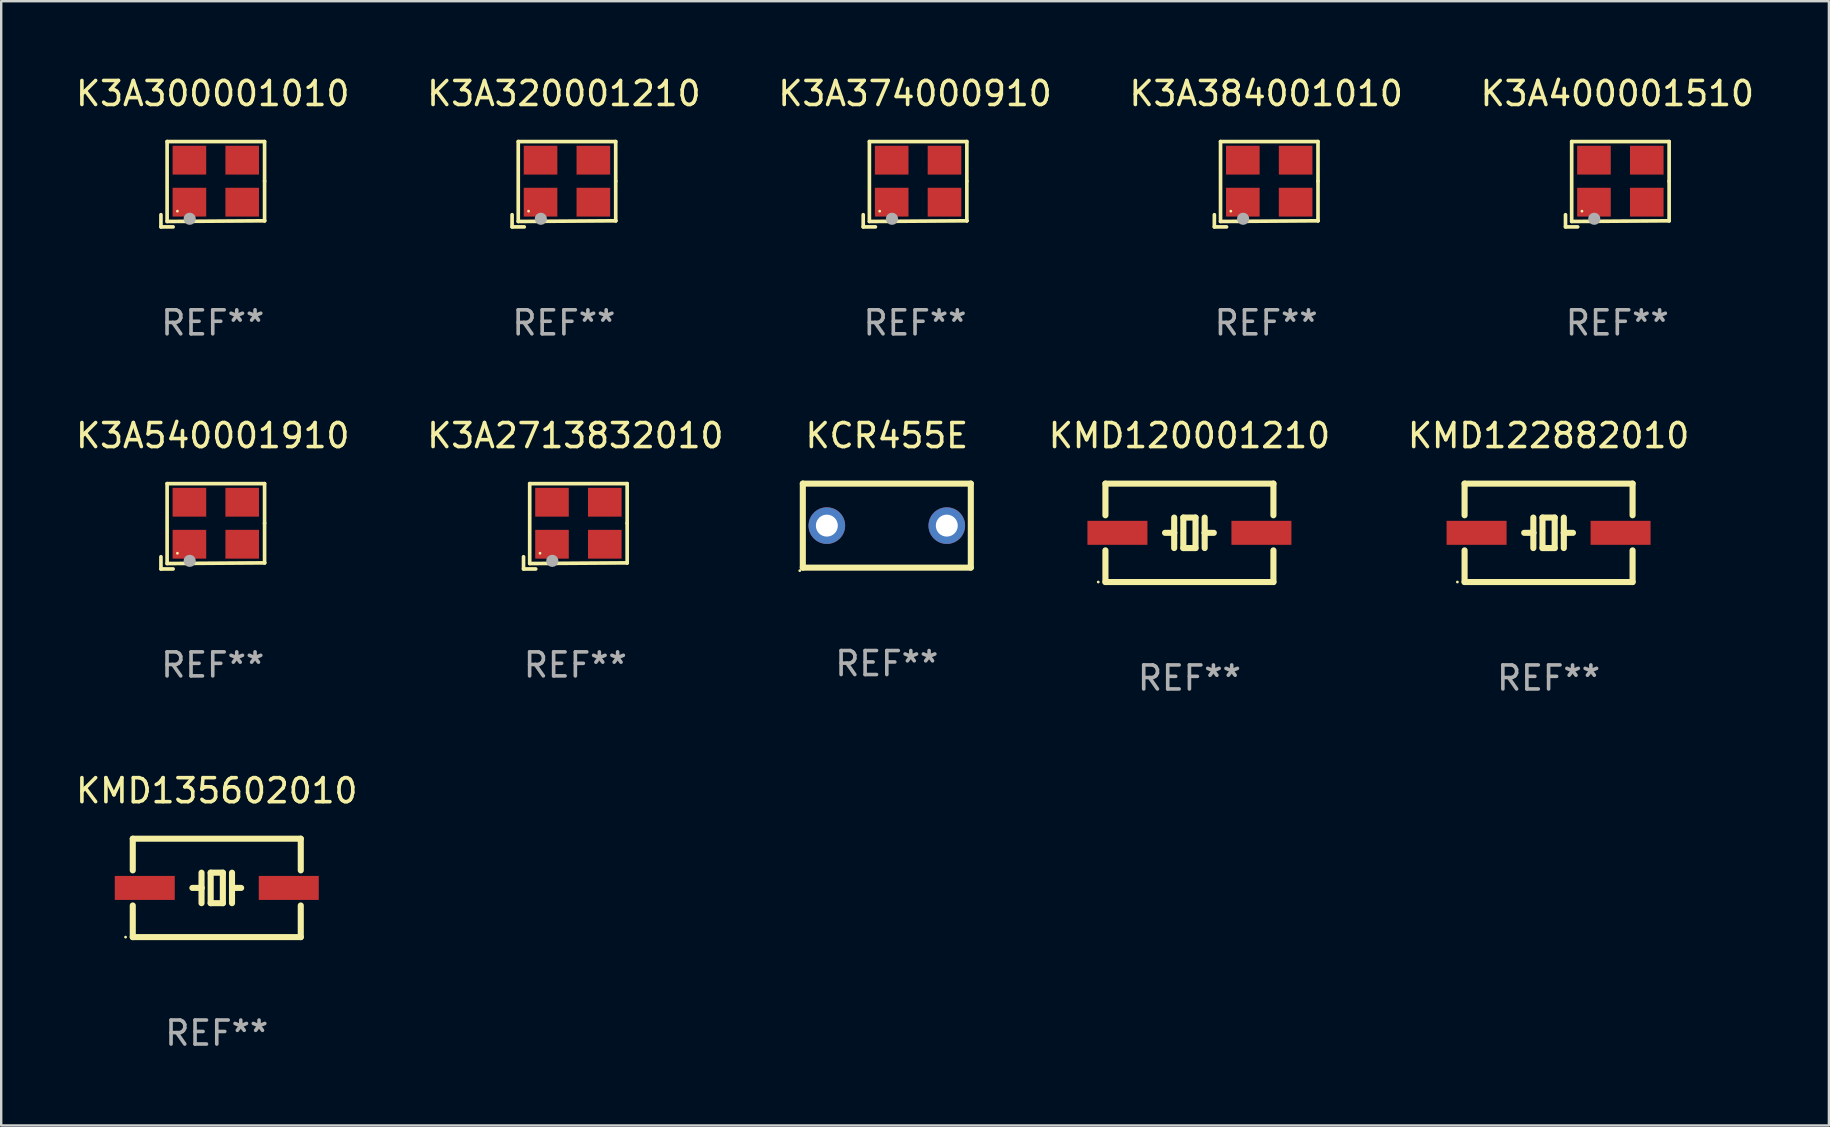
<source format=kicad_pcb>
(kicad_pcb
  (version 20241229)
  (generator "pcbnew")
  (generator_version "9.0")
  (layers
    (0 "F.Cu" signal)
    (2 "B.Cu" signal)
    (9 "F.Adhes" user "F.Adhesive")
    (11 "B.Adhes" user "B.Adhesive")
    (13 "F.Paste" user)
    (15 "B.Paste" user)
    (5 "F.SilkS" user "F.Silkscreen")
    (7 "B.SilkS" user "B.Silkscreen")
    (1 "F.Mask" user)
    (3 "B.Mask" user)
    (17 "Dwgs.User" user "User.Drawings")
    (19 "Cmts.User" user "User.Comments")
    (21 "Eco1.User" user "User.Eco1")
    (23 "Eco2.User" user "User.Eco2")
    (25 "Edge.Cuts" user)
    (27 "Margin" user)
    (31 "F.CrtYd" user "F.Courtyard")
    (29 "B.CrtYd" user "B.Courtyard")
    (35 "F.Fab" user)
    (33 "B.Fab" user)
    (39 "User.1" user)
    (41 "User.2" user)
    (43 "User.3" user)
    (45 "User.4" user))
  (footprint "K3A384001010"
    (layer "F.Cu")
    (at 49.708 4.626)
    (property "Reference" "K3A384001010" (at 0 -3.778 0) (layer "F.SilkS") (effects (font (size 1 1) (thickness 0.15))))
    (attr through_hole)
    (fp_line (start -2.159 1.27) (end -2.159 1.778) (stroke (width 0.152) (type solid)) (layer "F.SilkS"))
    (fp_line (start -2.159 1.778) (end -1.651 1.778) (stroke (width 0.152) (type solid)) (layer "F.SilkS"))
    (fp_line (start -1.902 -1.778) (end 2.159 -1.778) (stroke (width 0.152) (type solid)) (layer "F.SilkS"))
    (fp_line (start -1.902 1.552) (end -1.902 -1.778) (stroke (width 0.152) (type solid)) (layer "F.SilkS"))
    (fp_line (start 2.159 -1.778) (end 2.159 -0.127) (stroke (width 0.152) (type solid)) (layer "F.SilkS"))
    (fp_line (start 2.159 -0.127) (end 2.159 1.524) (stroke (width 0.152) (type solid)) (layer "F.SilkS"))
    (fp_line (start 2.159 1.524) (end -1.902 1.552) (stroke (width 0.152) (type solid)) (layer "F.SilkS"))
    (fp_line (start 2.159 1.524) (end 2.159 1.524) (stroke (width 0.152) (type solid)) (layer "F.SilkS"))
    (fp_circle (center -1.473 1.123) (end -1.443 1.123) (stroke (width 0.06) (type solid)) (fill no) (layer "F.SilkS"))
    (fp_circle (center -0.961 1.44) (end -0.834 1.44) (stroke (width 0.254) (type solid)) (fill no) (layer "F.Fab"))
    (fp_text user "REF**" (at 0 5.778 0) (layer "F.Fab") (effects (font (size 1 1) (thickness 0.15))))
    (pad "1" smd rect (at -0.973 0.748) (size 1.4 1.2) (layers "F.Cu" "F.Mask" "F.Paste"))
    (pad "2" smd rect (at 1.227 0.748) (size 1.4 1.2) (layers "F.Cu" "F.Mask" "F.Paste"))
    (pad "3" smd rect (at 1.227 -1.002) (size 1.4 1.2) (layers "F.Cu" "F.Mask" "F.Paste"))
    (pad "4" smd rect (at -0.973 -1.002) (size 1.4 1.2) (layers "F.Cu" "F.Mask" "F.Paste")))
  (footprint "KMD120001210"
    (layer "F.Cu")
    (at 46.51 19.151)
    (property "Reference" "KMD120001210" (at 0 -4.05 0) (layer "F.SilkS") (effects (font (size 1 1) (thickness 0.15))))
    (attr through_hole)
    (fp_line (start -3.5 -2.05) (end -3.5 -0.731) (stroke (width 0.254) (type solid)) (layer "F.SilkS"))
    (fp_line (start -3.5 0.731) (end -3.5 2.05) (stroke (width 0.254) (type solid)) (layer "F.SilkS"))
    (fp_line (start -3.5 2.05) (end 3.5 2.05) (stroke (width 0.254) (type solid)) (layer "F.SilkS"))
    (fp_line (start -0.635 -0.635) (end -0.635 -0.000013) (stroke (width 0.254) (type solid)) (layer "F.SilkS"))
    (fp_line (start -0.635 -0.000013) (end -1.016 -0.000013) (stroke (width 0.254) (type solid)) (layer "F.SilkS"))
    (fp_line (start -0.635 -0.000013) (end -0.635 0.635) (stroke (width 0.254) (type solid)) (layer "F.SilkS"))
    (fp_line (start -0.254 -0.635) (end -0.254 0.635) (stroke (width 0.254) (type solid)) (layer "F.SilkS"))
    (fp_line (start -0.254 0.635) (end 0.254 0.635) (stroke (width 0.254) (type solid)) (layer "F.SilkS"))
    (fp_line (start 0.254 -0.635) (end -0.254 -0.635) (stroke (width 0.254) (type solid)) (layer "F.SilkS"))
    (fp_line (start 0.254 0.635) (end 0.254 -0.635) (stroke (width 0.254) (type solid)) (layer "F.SilkS"))
    (fp_line (start 0.635 -0.635) (end 0.635 -0.000013) (stroke (width 0.254) (type solid)) (layer "F.SilkS"))
    (fp_line (start 0.635 -0.000013) (end 0.635 0.635) (stroke (width 0.254) (type solid)) (layer "F.SilkS"))
    (fp_line (start 0.635 -0.000013) (end 1.016 -0.000013) (stroke (width 0.254) (type solid)) (layer "F.SilkS"))
    (fp_line (start 3.5 -2.05) (end -3.5 -2.05) (stroke (width 0.254) (type solid)) (layer "F.SilkS"))
    (fp_line (start 3.5 -0.731) (end 3.5 -2.05) (stroke (width 0.254) (type solid)) (layer "F.SilkS"))
    (fp_line (start 3.5 2.05) (end 3.5 0.731) (stroke (width 0.254) (type solid)) (layer "F.SilkS"))
    (fp_circle (center -3.8 2.05) (end -3.77 2.05) (stroke (width 0.06) (type solid)) (fill no) (layer "F.SilkS"))
    (fp_text user "REF**" (at 0 6.05 0) (layer "F.Fab") (effects (font (size 1 1) (thickness 0.15))))
    (pad "1" smd rect (at -3 -0.000013) (size 2.5 1) (layers "F.Cu" "F.Mask" "F.Paste"))
    (pad "2" smd rect (at 3 -0.000013) (size 2.5 1) (layers "F.Cu" "F.Mask" "F.Paste")))
  (footprint "K3A320001210"
    (layer "F.Cu")
    (at 20.446 4.626)
    (property "Reference" "K3A320001210" (at 0 -3.778 0) (layer "F.SilkS") (effects (font (size 1 1) (thickness 0.15))))
    (attr through_hole)
    (fp_line (start -2.159 1.27) (end -2.159 1.778) (stroke (width 0.152) (type solid)) (layer "F.SilkS"))
    (fp_line (start -2.159 1.778) (end -1.651 1.778) (stroke (width 0.152) (type solid)) (layer "F.SilkS"))
    (fp_line (start -1.902 -1.778) (end 2.159 -1.778) (stroke (width 0.152) (type solid)) (layer "F.SilkS"))
    (fp_line (start -1.902 1.552) (end -1.902 -1.778) (stroke (width 0.152) (type solid)) (layer "F.SilkS"))
    (fp_line (start 2.159 -1.778) (end 2.159 -0.127) (stroke (width 0.152) (type solid)) (layer "F.SilkS"))
    (fp_line (start 2.159 -0.127) (end 2.159 1.524) (stroke (width 0.152) (type solid)) (layer "F.SilkS"))
    (fp_line (start 2.159 1.524) (end -1.902 1.552) (stroke (width 0.152) (type solid)) (layer "F.SilkS"))
    (fp_line (start 2.159 1.524) (end 2.159 1.524) (stroke (width 0.152) (type solid)) (layer "F.SilkS"))
    (fp_circle (center -1.473 1.123) (end -1.443 1.123) (stroke (width 0.06) (type solid)) (fill no) (layer "F.SilkS"))
    (fp_circle (center -0.961 1.44) (end -0.834 1.44) (stroke (width 0.254) (type solid)) (fill no) (layer "F.Fab"))
    (fp_text user "REF**" (at 0 5.778 0) (layer "F.Fab") (effects (font (size 1 1) (thickness 0.15))))
    (pad "1" smd rect (at -0.973 0.748) (size 1.4 1.2) (layers "F.Cu" "F.Mask" "F.Paste"))
    (pad "2" smd rect (at 1.227 0.748) (size 1.4 1.2) (layers "F.Cu" "F.Mask" "F.Paste"))
    (pad "3" smd rect (at 1.227 -1.002) (size 1.4 1.2) (layers "F.Cu" "F.Mask" "F.Paste"))
    (pad "4" smd rect (at -0.973 -1.002) (size 1.4 1.2) (layers "F.Cu" "F.Mask" "F.Paste")))
  (footprint "K3A374000910"
    (layer "F.Cu")
    (at 35.077 4.626)
    (property "Reference" "K3A374000910" (at 0 -3.778 0) (layer "F.SilkS") (effects (font (size 1 1) (thickness 0.15))))
    (attr through_hole)
    (fp_line (start -2.159 1.27) (end -2.159 1.778) (stroke (width 0.152) (type solid)) (layer "F.SilkS"))
    (fp_line (start -2.159 1.778) (end -1.651 1.778) (stroke (width 0.152) (type solid)) (layer "F.SilkS"))
    (fp_line (start -1.902 -1.778) (end 2.159 -1.778) (stroke (width 0.152) (type solid)) (layer "F.SilkS"))
    (fp_line (start -1.902 1.552) (end -1.902 -1.778) (stroke (width 0.152) (type solid)) (layer "F.SilkS"))
    (fp_line (start 2.159 -1.778) (end 2.159 -0.127) (stroke (width 0.152) (type solid)) (layer "F.SilkS"))
    (fp_line (start 2.159 -0.127) (end 2.159 1.524) (stroke (width 0.152) (type solid)) (layer "F.SilkS"))
    (fp_line (start 2.159 1.524) (end -1.902 1.552) (stroke (width 0.152) (type solid)) (layer "F.SilkS"))
    (fp_line (start 2.159 1.524) (end 2.159 1.524) (stroke (width 0.152) (type solid)) (layer "F.SilkS"))
    (fp_circle (center -1.473 1.123) (end -1.443 1.123) (stroke (width 0.06) (type solid)) (fill no) (layer "F.SilkS"))
    (fp_circle (center -0.961 1.44) (end -0.834 1.44) (stroke (width 0.254) (type solid)) (fill no) (layer "F.Fab"))
    (fp_text user "REF**" (at 0 5.778 0) (layer "F.Fab") (effects (font (size 1 1) (thickness 0.15))))
    (pad "1" smd rect (at -0.973 0.748) (size 1.4 1.2) (layers "F.Cu" "F.Mask" "F.Paste"))
    (pad "2" smd rect (at 1.227 0.748) (size 1.4 1.2) (layers "F.Cu" "F.Mask" "F.Paste"))
    (pad "3" smd rect (at 1.227 -1.002) (size 1.4 1.2) (layers "F.Cu" "F.Mask" "F.Paste"))
    (pad "4" smd rect (at -0.973 -1.002) (size 1.4 1.2) (layers "F.Cu" "F.Mask" "F.Paste")))
  (footprint "KCR455E"
    (layer "F.Cu")
    (at 33.901 18.851)
    (property "Reference" "KCR455E" (at 0 -3.75 0) (layer "F.SilkS") (effects (font (size 1 1) (thickness 0.15))))
    (attr through_hole)
    (fp_line (start -3.5 -1.75) (end -3.5 1.75) (stroke (width 0.254) (type solid)) (layer "F.SilkS"))
    (fp_line (start -3.5 -1.75) (end 3.5 -1.75) (stroke (width 0.254) (type solid)) (layer "F.SilkS"))
    (fp_line (start 3.5 1.75) (end -3.5 1.75) (stroke (width 0.254) (type solid)) (layer "F.SilkS"))
    (fp_line (start 3.5 1.75) (end 3.5 -1.75) (stroke (width 0.254) (type solid)) (layer "F.SilkS"))
    (fp_circle (center -3.627 1.877) (end -3.597 1.877) (stroke (width 0.06) (type solid)) (fill no) (layer "F.SilkS"))
    (fp_text user "REF**" (at 0 5.75 0) (layer "F.Fab") (effects (font (size 1 1) (thickness 0.15))))
    (pad "1" thru_hole circle (at -2.499 0) (size 1.524 1.524) (drill 0.914) (layers "*.Cu" "*.Mask"))
    (pad "2" thru_hole circle (at 2.499 0) (size 1.524 1.524) (drill 0.914) (layers "*.Cu" "*.Mask")))
  (footprint "KMD122882010"
    (layer "F.Cu")
    (at 61.475 19.151)
    (property "Reference" "KMD122882010" (at 0 -4.05 0) (layer "F.SilkS") (effects (font (size 1 1) (thickness 0.15))))
    (attr through_hole)
    (fp_line (start -3.5 -2.05) (end -3.5 -0.731) (stroke (width 0.254) (type solid)) (layer "F.SilkS"))
    (fp_line (start -3.5 0.731) (end -3.5 2.05) (stroke (width 0.254) (type solid)) (layer "F.SilkS"))
    (fp_line (start -3.5 2.05) (end 3.5 2.05) (stroke (width 0.254) (type solid)) (layer "F.SilkS"))
    (fp_line (start -0.635 -0.635) (end -0.635 -0.000013) (stroke (width 0.254) (type solid)) (layer "F.SilkS"))
    (fp_line (start -0.635 -0.000013) (end -1.016 -0.000013) (stroke (width 0.254) (type solid)) (layer "F.SilkS"))
    (fp_line (start -0.635 -0.000013) (end -0.635 0.635) (stroke (width 0.254) (type solid)) (layer "F.SilkS"))
    (fp_line (start -0.254 -0.635) (end -0.254 0.635) (stroke (width 0.254) (type solid)) (layer "F.SilkS"))
    (fp_line (start -0.254 0.635) (end 0.254 0.635) (stroke (width 0.254) (type solid)) (layer "F.SilkS"))
    (fp_line (start 0.254 -0.635) (end -0.254 -0.635) (stroke (width 0.254) (type solid)) (layer "F.SilkS"))
    (fp_line (start 0.254 0.635) (end 0.254 -0.635) (stroke (width 0.254) (type solid)) (layer "F.SilkS"))
    (fp_line (start 0.635 -0.635) (end 0.635 -0.000013) (stroke (width 0.254) (type solid)) (layer "F.SilkS"))
    (fp_line (start 0.635 -0.000013) (end 0.635 0.635) (stroke (width 0.254) (type solid)) (layer "F.SilkS"))
    (fp_line (start 0.635 -0.000013) (end 1.016 -0.000013) (stroke (width 0.254) (type solid)) (layer "F.SilkS"))
    (fp_line (start 3.5 -2.05) (end -3.5 -2.05) (stroke (width 0.254) (type solid)) (layer "F.SilkS"))
    (fp_line (start 3.5 -0.731) (end 3.5 -2.05) (stroke (width 0.254) (type solid)) (layer "F.SilkS"))
    (fp_line (start 3.5 2.05) (end 3.5 0.731) (stroke (width 0.254) (type solid)) (layer "F.SilkS"))
    (fp_circle (center -3.8 2.05) (end -3.77 2.05) (stroke (width 0.06) (type solid)) (fill no) (layer "F.SilkS"))
    (fp_text user "REF**" (at 0 6.05 0) (layer "F.Fab") (effects (font (size 1 1) (thickness 0.15))))
    (pad "1" smd rect (at -3 -0.000013) (size 2.5 1) (layers "F.Cu" "F.Mask" "F.Paste"))
    (pad "2" smd rect (at 3 -0.000013) (size 2.5 1) (layers "F.Cu" "F.Mask" "F.Paste")))
  (footprint "KMD135602010"
    (layer "F.Cu")
    (at 5.982 33.947)
    (property "Reference" "KMD135602010" (at 0 -4.05 0) (layer "F.SilkS") (effects (font (size 1 1) (thickness 0.15))))
    (attr through_hole)
    (fp_line (start -3.5 -2.05) (end -3.5 -0.731) (stroke (width 0.254) (type solid)) (layer "F.SilkS"))
    (fp_line (start -3.5 0.731) (end -3.5 2.05) (stroke (width 0.254) (type solid)) (layer "F.SilkS"))
    (fp_line (start -3.5 2.05) (end 3.5 2.05) (stroke (width 0.254) (type solid)) (layer "F.SilkS"))
    (fp_line (start -0.635 -0.635) (end -0.635 -0.000013) (stroke (width 0.254) (type solid)) (layer "F.SilkS"))
    (fp_line (start -0.635 -0.000013) (end -1.016 -0.000013) (stroke (width 0.254) (type solid)) (layer "F.SilkS"))
    (fp_line (start -0.635 -0.000013) (end -0.635 0.635) (stroke (width 0.254) (type solid)) (layer "F.SilkS"))
    (fp_line (start -0.254 -0.635) (end -0.254 0.635) (stroke (width 0.254) (type solid)) (layer "F.SilkS"))
    (fp_line (start -0.254 0.635) (end 0.254 0.635) (stroke (width 0.254) (type solid)) (layer "F.SilkS"))
    (fp_line (start 0.254 -0.635) (end -0.254 -0.635) (stroke (width 0.254) (type solid)) (layer "F.SilkS"))
    (fp_line (start 0.254 0.635) (end 0.254 -0.635) (stroke (width 0.254) (type solid)) (layer "F.SilkS"))
    (fp_line (start 0.635 -0.635) (end 0.635 -0.000013) (stroke (width 0.254) (type solid)) (layer "F.SilkS"))
    (fp_line (start 0.635 -0.000013) (end 0.635 0.635) (stroke (width 0.254) (type solid)) (layer "F.SilkS"))
    (fp_line (start 0.635 -0.000013) (end 1.016 -0.000013) (stroke (width 0.254) (type solid)) (layer "F.SilkS"))
    (fp_line (start 3.5 -2.05) (end -3.5 -2.05) (stroke (width 0.254) (type solid)) (layer "F.SilkS"))
    (fp_line (start 3.5 -0.731) (end 3.5 -2.05) (stroke (width 0.254) (type solid)) (layer "F.SilkS"))
    (fp_line (start 3.5 2.05) (end 3.5 0.731) (stroke (width 0.254) (type solid)) (layer "F.SilkS"))
    (fp_circle (center -3.8 2.05) (end -3.77 2.05) (stroke (width 0.06) (type solid)) (fill no) (layer "F.SilkS"))
    (fp_text user "REF**" (at 0 6.05 0) (layer "F.Fab") (effects (font (size 1 1) (thickness 0.15))))
    (pad "1" smd rect (at -3 -0.000013) (size 2.5 1) (layers "F.Cu" "F.Mask" "F.Paste"))
    (pad "2" smd rect (at 3 -0.000013) (size 2.5 1) (layers "F.Cu" "F.Mask" "F.Paste")))
  (footprint "K3A400001510"
    (layer "F.Cu")
    (at 64.339 4.626)
    (property "Reference" "K3A400001510" (at 0 -3.778 0) (layer "F.SilkS") (effects (font (size 1 1) (thickness 0.15))))
    (attr through_hole)
    (fp_line (start -2.159 1.27) (end -2.159 1.778) (stroke (width 0.152) (type solid)) (layer "F.SilkS"))
    (fp_line (start -2.159 1.778) (end -1.651 1.778) (stroke (width 0.152) (type solid)) (layer "F.SilkS"))
    (fp_line (start -1.902 -1.778) (end 2.159 -1.778) (stroke (width 0.152) (type solid)) (layer "F.SilkS"))
    (fp_line (start -1.902 1.552) (end -1.902 -1.778) (stroke (width 0.152) (type solid)) (layer "F.SilkS"))
    (fp_line (start 2.159 -1.778) (end 2.159 -0.127) (stroke (width 0.152) (type solid)) (layer "F.SilkS"))
    (fp_line (start 2.159 -0.127) (end 2.159 1.524) (stroke (width 0.152) (type solid)) (layer "F.SilkS"))
    (fp_line (start 2.159 1.524) (end -1.902 1.552) (stroke (width 0.152) (type solid)) (layer "F.SilkS"))
    (fp_line (start 2.159 1.524) (end 2.159 1.524) (stroke (width 0.152) (type solid)) (layer "F.SilkS"))
    (fp_circle (center -1.473 1.123) (end -1.443 1.123) (stroke (width 0.06) (type solid)) (fill no) (layer "F.SilkS"))
    (fp_circle (center -0.961 1.44) (end -0.834 1.44) (stroke (width 0.254) (type solid)) (fill no) (layer "F.Fab"))
    (fp_text user "REF**" (at 0 5.778 0) (layer "F.Fab") (effects (font (size 1 1) (thickness 0.15))))
    (pad "1" smd rect (at -0.973 0.748) (size 1.4 1.2) (layers "F.Cu" "F.Mask" "F.Paste"))
    (pad "2" smd rect (at 1.227 0.748) (size 1.4 1.2) (layers "F.Cu" "F.Mask" "F.Paste"))
    (pad "3" smd rect (at 1.227 -1.002) (size 1.4 1.2) (layers "F.Cu" "F.Mask" "F.Paste"))
    (pad "4" smd rect (at -0.973 -1.002) (size 1.4 1.2) (layers "F.Cu" "F.Mask" "F.Paste")))
  (footprint "K3A2713832010"
    (layer "F.Cu")
    (at 20.923 18.879)
    (property "Reference" "K3A2713832010" (at 0 -3.778 0) (layer "F.SilkS") (effects (font (size 1 1) (thickness 0.15))))
    (attr through_hole)
    (fp_line (start -2.159 1.27) (end -2.159 1.778) (stroke (width 0.152) (type solid)) (layer "F.SilkS"))
    (fp_line (start -2.159 1.778) (end -1.651 1.778) (stroke (width 0.152) (type solid)) (layer "F.SilkS"))
    (fp_line (start -1.902 -1.778) (end 2.159 -1.778) (stroke (width 0.152) (type solid)) (layer "F.SilkS"))
    (fp_line (start -1.902 1.552) (end -1.902 -1.778) (stroke (width 0.152) (type solid)) (layer "F.SilkS"))
    (fp_line (start 2.159 -1.778) (end 2.159 -0.127) (stroke (width 0.152) (type solid)) (layer "F.SilkS"))
    (fp_line (start 2.159 -0.127) (end 2.159 1.524) (stroke (width 0.152) (type solid)) (layer "F.SilkS"))
    (fp_line (start 2.159 1.524) (end -1.902 1.552) (stroke (width 0.152) (type solid)) (layer "F.SilkS"))
    (fp_line (start 2.159 1.524) (end 2.159 1.524) (stroke (width 0.152) (type solid)) (layer "F.SilkS"))
    (fp_circle (center -1.473 1.123) (end -1.443 1.123) (stroke (width 0.06) (type solid)) (fill no) (layer "F.SilkS"))
    (fp_circle (center -0.961 1.44) (end -0.834 1.44) (stroke (width 0.254) (type solid)) (fill no) (layer "F.Fab"))
    (fp_text user "REF**" (at 0 5.778 0) (layer "F.Fab") (effects (font (size 1 1) (thickness 0.15))))
    (pad "1" smd rect (at -0.973 0.748) (size 1.4 1.2) (layers "F.Cu" "F.Mask" "F.Paste"))
    (pad "2" smd rect (at 1.227 0.748) (size 1.4 1.2) (layers "F.Cu" "F.Mask" "F.Paste"))
    (pad "3" smd rect (at 1.227 -1.002) (size 1.4 1.2) (layers "F.Cu" "F.Mask" "F.Paste"))
    (pad "4" smd rect (at -0.973 -1.002) (size 1.4 1.2) (layers "F.Cu" "F.Mask" "F.Paste")))
  (footprint "K3A300001010"
    (layer "F.Cu")
    (at 5.815 4.626)
    (property "Reference" "K3A300001010" (at 0 -3.778 0) (layer "F.SilkS") (effects (font (size 1 1) (thickness 0.15))))
    (attr through_hole)
    (fp_line (start -2.159 1.27) (end -2.159 1.778) (stroke (width 0.152) (type solid)) (layer "F.SilkS"))
    (fp_line (start -2.159 1.778) (end -1.651 1.778) (stroke (width 0.152) (type solid)) (layer "F.SilkS"))
    (fp_line (start -1.902 -1.778) (end 2.159 -1.778) (stroke (width 0.152) (type solid)) (layer "F.SilkS"))
    (fp_line (start -1.902 1.552) (end -1.902 -1.778) (stroke (width 0.152) (type solid)) (layer "F.SilkS"))
    (fp_line (start 2.159 -1.778) (end 2.159 -0.127) (stroke (width 0.152) (type solid)) (layer "F.SilkS"))
    (fp_line (start 2.159 -0.127) (end 2.159 1.524) (stroke (width 0.152) (type solid)) (layer "F.SilkS"))
    (fp_line (start 2.159 1.524) (end -1.902 1.552) (stroke (width 0.152) (type solid)) (layer "F.SilkS"))
    (fp_line (start 2.159 1.524) (end 2.159 1.524) (stroke (width 0.152) (type solid)) (layer "F.SilkS"))
    (fp_circle (center -1.473 1.123) (end -1.443 1.123) (stroke (width 0.06) (type solid)) (fill no) (layer "F.SilkS"))
    (fp_circle (center -0.961 1.44) (end -0.834 1.44) (stroke (width 0.254) (type solid)) (fill no) (layer "F.Fab"))
    (fp_text user "REF**" (at 0 5.778 0) (layer "F.Fab") (effects (font (size 1 1) (thickness 0.15))))
    (pad "1" smd rect (at -0.973 0.748) (size 1.4 1.2) (layers "F.Cu" "F.Mask" "F.Paste"))
    (pad "2" smd rect (at 1.227 0.748) (size 1.4 1.2) (layers "F.Cu" "F.Mask" "F.Paste"))
    (pad "3" smd rect (at 1.227 -1.002) (size 1.4 1.2) (layers "F.Cu" "F.Mask" "F.Paste"))
    (pad "4" smd rect (at -0.973 -1.002) (size 1.4 1.2) (layers "F.Cu" "F.Mask" "F.Paste")))
  (footprint "K3A540001910"
    (layer "F.Cu")
    (at 5.815 18.879)
    (property "Reference" "K3A540001910" (at 0 -3.778 0) (layer "F.SilkS") (effects (font (size 1 1) (thickness 0.15))))
    (attr through_hole)
    (fp_line (start -2.159 1.27) (end -2.159 1.778) (stroke (width 0.152) (type solid)) (layer "F.SilkS"))
    (fp_line (start -2.159 1.778) (end -1.651 1.778) (stroke (width 0.152) (type solid)) (layer "F.SilkS"))
    (fp_line (start -1.902 -1.778) (end 2.159 -1.778) (stroke (width 0.152) (type solid)) (layer "F.SilkS"))
    (fp_line (start -1.902 1.552) (end -1.902 -1.778) (stroke (width 0.152) (type solid)) (layer "F.SilkS"))
    (fp_line (start 2.159 -1.778) (end 2.159 -0.127) (stroke (width 0.152) (type solid)) (layer "F.SilkS"))
    (fp_line (start 2.159 -0.127) (end 2.159 1.524) (stroke (width 0.152) (type solid)) (layer "F.SilkS"))
    (fp_line (start 2.159 1.524) (end -1.902 1.552) (stroke (width 0.152) (type solid)) (layer "F.SilkS"))
    (fp_line (start 2.159 1.524) (end 2.159 1.524) (stroke (width 0.152) (type solid)) (layer "F.SilkS"))
    (fp_circle (center -1.473 1.123) (end -1.443 1.123) (stroke (width 0.06) (type solid)) (fill no) (layer "F.SilkS"))
    (fp_circle (center -0.961 1.44) (end -0.834 1.44) (stroke (width 0.254) (type solid)) (fill no) (layer "F.Fab"))
    (fp_text user "REF**" (at 0 5.778 0) (layer "F.Fab") (effects (font (size 1 1) (thickness 0.15))))
    (pad "1" smd rect (at -0.973 0.748) (size 1.4 1.2) (layers "F.Cu" "F.Mask" "F.Paste"))
    (pad "2" smd rect (at 1.227 0.748) (size 1.4 1.2) (layers "F.Cu" "F.Mask" "F.Paste"))
    (pad "3" smd rect (at 1.227 -1.002) (size 1.4 1.2) (layers "F.Cu" "F.Mask" "F.Paste"))
    (pad "4" smd rect (at -0.973 -1.002) (size 1.4 1.2) (layers "F.Cu" "F.Mask" "F.Paste")))
  (gr_rect
    (start -3 -3)
    (end 73.155 43.846)
    (stroke (width 0.1) (type default))
    (fill no)
    (layer "Edge.Cuts")))
</source>
